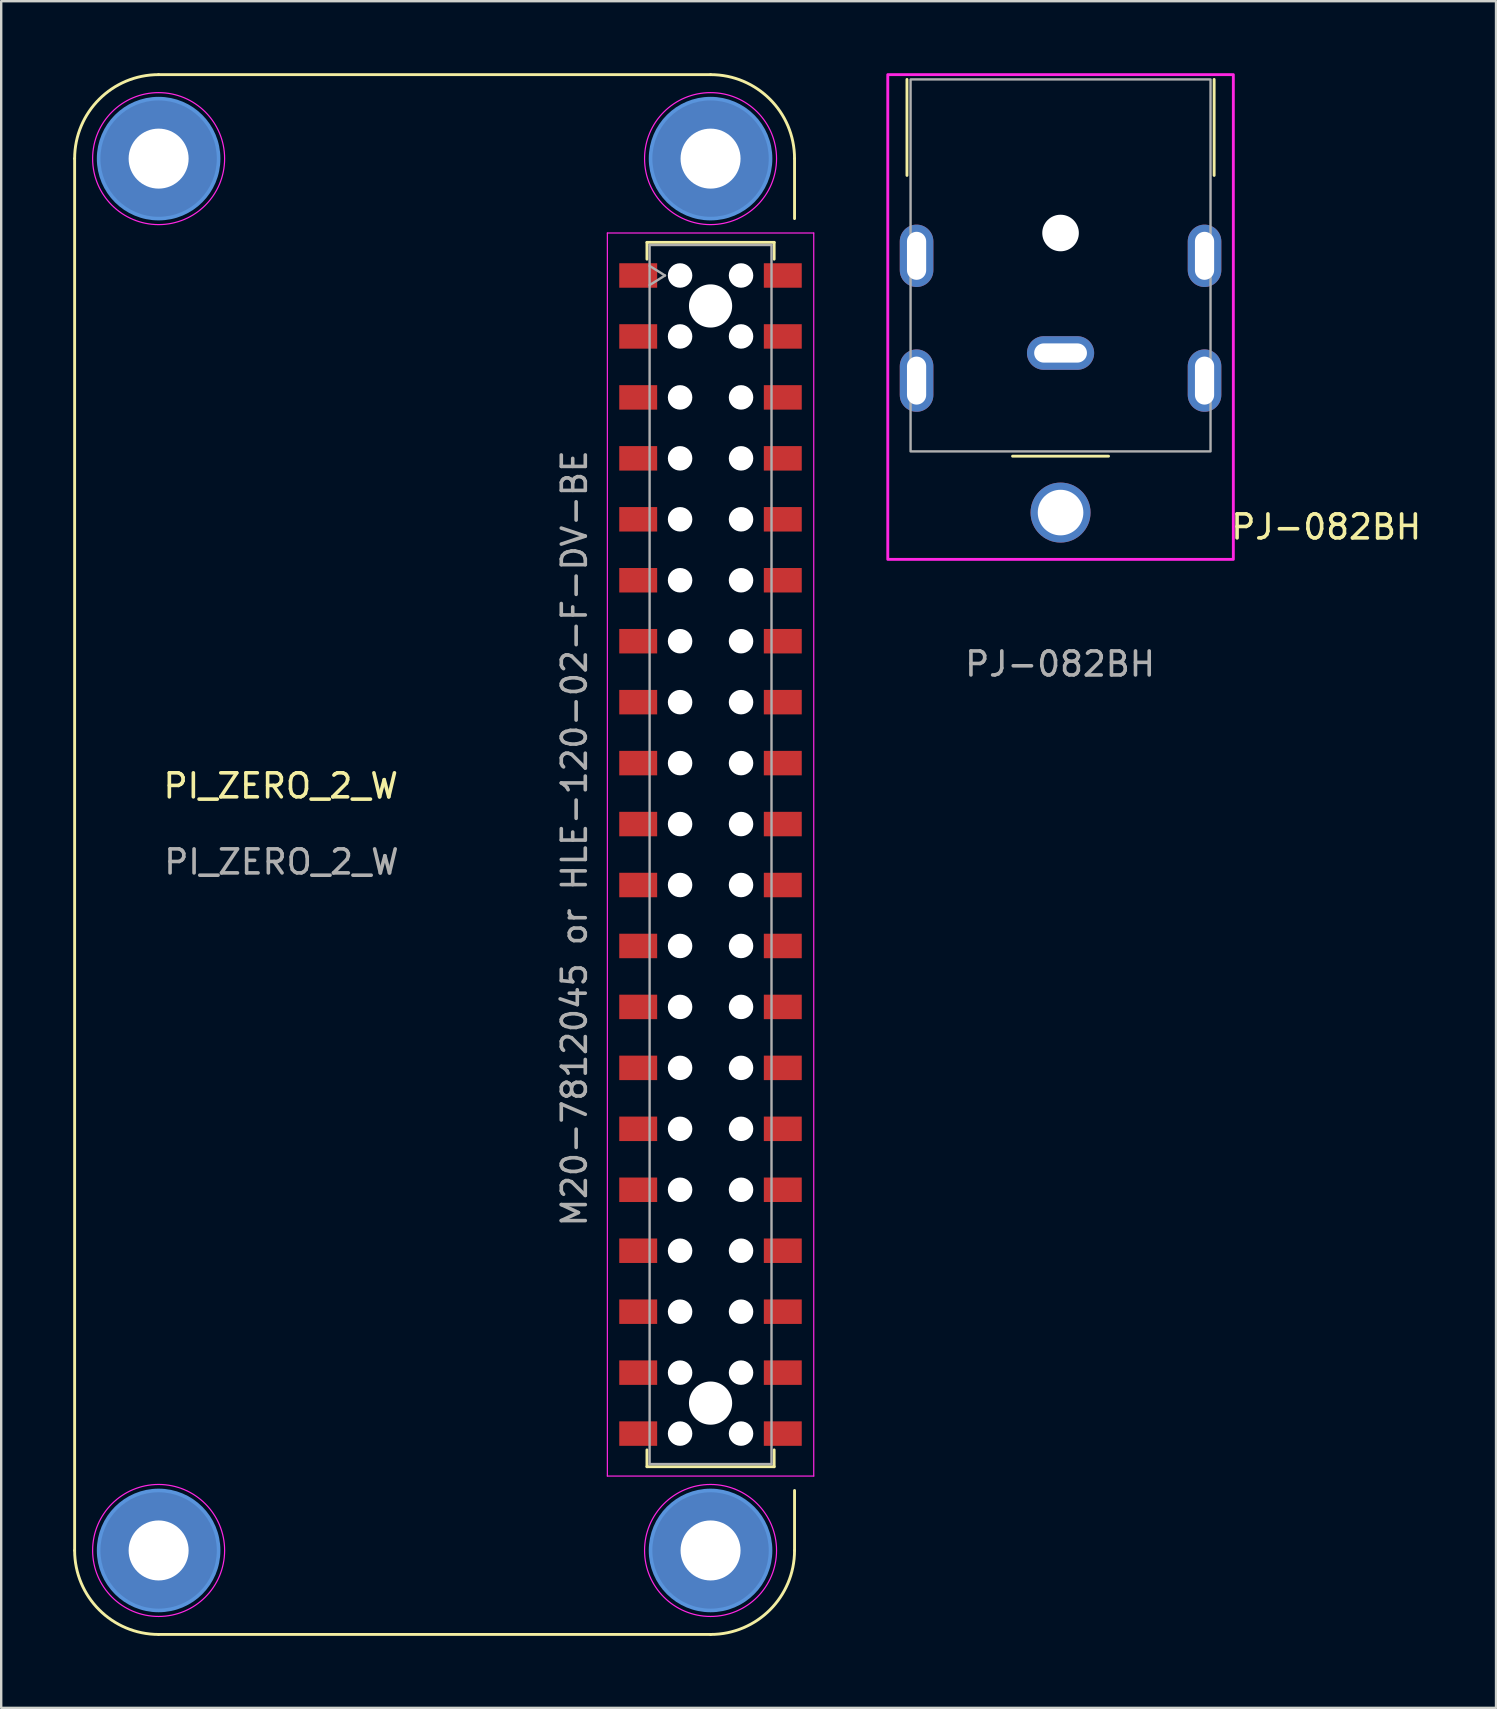
<source format=kicad_pcb>
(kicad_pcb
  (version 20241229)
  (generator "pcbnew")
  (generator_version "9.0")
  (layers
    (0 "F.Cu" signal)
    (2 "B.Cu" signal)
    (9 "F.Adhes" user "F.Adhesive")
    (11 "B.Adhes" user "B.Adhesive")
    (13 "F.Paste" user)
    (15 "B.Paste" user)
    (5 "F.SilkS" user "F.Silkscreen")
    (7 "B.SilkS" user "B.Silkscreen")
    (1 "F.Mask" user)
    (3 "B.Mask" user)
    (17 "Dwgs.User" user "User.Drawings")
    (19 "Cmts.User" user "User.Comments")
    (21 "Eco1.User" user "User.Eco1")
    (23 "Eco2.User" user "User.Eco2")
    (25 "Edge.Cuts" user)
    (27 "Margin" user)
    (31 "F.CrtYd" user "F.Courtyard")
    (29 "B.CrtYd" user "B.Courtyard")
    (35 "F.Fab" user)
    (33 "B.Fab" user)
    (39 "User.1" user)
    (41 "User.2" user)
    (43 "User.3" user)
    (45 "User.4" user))
  (footprint "PI_ZERO_2_W"
    (layer "F.Cu")
    (at 14.47 31.48)
    (property "Reference" "PI_ZERO_2_W" (at -5.82 -1.78 0) (unlocked yes) (layer "F.SilkS") (effects (font (size 1 1) (thickness 0.15))))
    (attr smd)
    (fp_line (start -14.41 -27.92) (end -14.41 30.08) (stroke (width 0.12) (type default)) (layer "F.SilkS"))
    (fp_line (start -10.91 33.58) (end 12.09 33.58) (stroke (width 0.12) (type default)) (layer "F.SilkS"))
    (fp_line (start 9.44 -24.43) (end 14.74 -24.43) (stroke (width 0.12) (type solid)) (layer "F.SilkS"))
    (fp_line (start 9.44 -23.73) (end 9.44 -24.43) (stroke (width 0.12) (type solid)) (layer "F.SilkS"))
    (fp_line (start 9.44 25.89) (end 9.44 26.59) (stroke (width 0.12) (type solid)) (layer "F.SilkS"))
    (fp_line (start 9.44 26.59) (end 14.74 26.59) (stroke (width 0.12) (type solid)) (layer "F.SilkS"))
    (fp_line (start 12.09 -31.42) (end -10.91 -31.42) (stroke (width 0.12) (type default)) (layer "F.SilkS"))
    (fp_line (start 14.74 -24.43) (end 14.74 -23.73) (stroke (width 0.12) (type solid)) (layer "F.SilkS"))
    (fp_line (start 14.74 26.59) (end 14.74 25.89) (stroke (width 0.12) (type solid)) (layer "F.SilkS"))
    (fp_line (start 15.59 -27.92) (end 15.59 -25.42) (stroke (width 0.12) (type default)) (layer "F.SilkS"))
    (fp_line (start 15.59 30.08) (end 15.59 27.58) (stroke (width 0.12) (type default)) (layer "F.SilkS"))
    (fp_arc (start -14.41 -27.92) (mid -13.384874 -30.394874) (end -10.91 -31.42) (stroke (width 0.12) (type default)) (layer "F.SilkS"))
    (fp_arc (start -10.91 33.58) (mid -13.384874 32.554874) (end -14.41 30.08) (stroke (width 0.12) (type default)) (layer "F.SilkS"))
    (fp_arc (start 12.09 -31.42) (mid 14.564874 -30.394874) (end 15.59 -27.92) (stroke (width 0.12) (type default)) (layer "F.SilkS"))
    (fp_arc (start 15.59 30.08) (mid 14.564874 32.554874) (end 12.09 33.58) (stroke (width 0.12) (type default)) (layer "F.SilkS"))
    (fp_circle (center -10.91 -27.92) (end -8.41 -27.92) (stroke (width 0.15) (type solid)) (fill no) (layer "Cmts.User"))
    (fp_circle (center -10.91 30.08) (end -8.41 30.08) (stroke (width 0.15) (type solid)) (fill no) (layer "Cmts.User"))
    (fp_circle (center 12.09 -27.92) (end 14.59 -27.92) (stroke (width 0.15) (type solid)) (fill no) (layer "Cmts.User"))
    (fp_circle (center 12.09 30.08) (end 14.59 30.08) (stroke (width 0.15) (type solid)) (fill no) (layer "Cmts.User"))
    (fp_line (start 7.79 -24.82) (end 16.39 -24.82) (stroke (width 0.05) (type solid)) (layer "F.CrtYd"))
    (fp_line (start 7.79 26.98) (end 7.79 -24.82) (stroke (width 0.05) (type solid)) (layer "F.CrtYd"))
    (fp_line (start 16.39 -24.82) (end 16.39 26.98) (stroke (width 0.05) (type solid)) (layer "F.CrtYd"))
    (fp_line (start 16.39 26.98) (end 7.79 26.98) (stroke (width 0.05) (type solid)) (layer "F.CrtYd"))
    (fp_circle (center -10.91 -27.92) (end -8.16 -27.92) (stroke (width 0.05) (type solid)) (fill no) (layer "F.CrtYd"))
    (fp_circle (center -10.91 30.08) (end -8.16 30.08) (stroke (width 0.05) (type solid)) (fill no) (layer "F.CrtYd"))
    (fp_circle (center 12.09 -27.92) (end 14.84 -27.92) (stroke (width 0.05) (type solid)) (fill no) (layer "F.CrtYd"))
    (fp_circle (center 12.09 30.08) (end 14.84 30.08) (stroke (width 0.05) (type solid)) (fill no) (layer "F.CrtYd"))
    (fp_line (start 9.55 -24.32) (end 14.63 -24.32) (stroke (width 0.1) (type solid)) (layer "F.Fab"))
    (fp_line (start 9.55 -23.45) (end 10.19 -23.05) (stroke (width 0.1) (type solid)) (layer "F.Fab"))
    (fp_line (start 9.55 26.48) (end 9.55 -24.32) (stroke (width 0.1) (type solid)) (layer "F.Fab"))
    (fp_line (start 10.19 -23.05) (end 9.55 -22.65) (stroke (width 0.1) (type solid)) (layer "F.Fab"))
    (fp_line (start 14.63 -24.32) (end 14.63 26.48) (stroke (width 0.1) (type solid)) (layer "F.Fab"))
    (fp_line (start 14.63 26.48) (end 9.55 26.48) (stroke (width 0.1) (type solid)) (layer "F.Fab"))
    (fp_text user "${REFERENCE}" (at -5.79 1.39 0) (layer "F.Fab") (effects (font (size 1 1) (thickness 0.15))))
    (fp_text user "M20-7812045 or HLE-120-02-F-DV-BE" (at 7 16.67 90) (unlocked yes) (layer "F.Fab") (effects (font (size 1 1) (thickness 0.15)) (justify left bottom)))
    (pad "" np_thru_hole circle (at 10.82 -23.05) (size 1.02 1.02) (drill 1.02) (layers "*.Cu" "*.Mask"))
    (pad "" np_thru_hole circle (at 10.82 -20.51) (size 1.02 1.02) (drill 1.02) (layers "*.Cu" "*.Mask"))
    (pad "" np_thru_hole circle (at 10.82 -17.97) (size 1.02 1.02) (drill 1.02) (layers "*.Cu" "*.Mask"))
    (pad "" np_thru_hole circle (at 10.82 -15.43) (size 1.02 1.02) (drill 1.02) (layers "*.Cu" "*.Mask"))
    (pad "" np_thru_hole circle (at 10.82 -12.89) (size 1.02 1.02) (drill 1.02) (layers "*.Cu" "*.Mask"))
    (pad "" np_thru_hole circle (at 10.82 -10.35) (size 1.02 1.02) (drill 1.02) (layers "*.Cu" "*.Mask"))
    (pad "" np_thru_hole circle (at 10.82 -7.81) (size 1.02 1.02) (drill 1.02) (layers "*.Cu" "*.Mask"))
    (pad "" np_thru_hole circle (at 10.82 -5.27) (size 1.02 1.02) (drill 1.02) (layers "*.Cu" "*.Mask"))
    (pad "" np_thru_hole circle (at 10.82 -2.73) (size 1.02 1.02) (drill 1.02) (layers "*.Cu" "*.Mask"))
    (pad "" np_thru_hole circle (at 10.82 -0.19) (size 1.02 1.02) (drill 1.02) (layers "*.Cu" "*.Mask"))
    (pad "" np_thru_hole circle (at 10.82 2.35) (size 1.02 1.02) (drill 1.02) (layers "*.Cu" "*.Mask"))
    (pad "" np_thru_hole circle (at 10.82 4.89) (size 1.02 1.02) (drill 1.02) (layers "*.Cu" "*.Mask"))
    (pad "" np_thru_hole circle (at 10.82 7.43) (size 1.02 1.02) (drill 1.02) (layers "*.Cu" "*.Mask"))
    (pad "" np_thru_hole circle (at 10.82 9.97) (size 1.02 1.02) (drill 1.02) (layers "*.Cu" "*.Mask"))
    (pad "" np_thru_hole circle (at 10.82 12.51) (size 1.02 1.02) (drill 1.02) (layers "*.Cu" "*.Mask"))
    (pad "" np_thru_hole circle (at 10.82 15.05) (size 1.02 1.02) (drill 1.02) (layers "*.Cu" "*.Mask"))
    (pad "" np_thru_hole circle (at 10.82 17.59) (size 1.02 1.02) (drill 1.02) (layers "*.Cu" "*.Mask"))
    (pad "" np_thru_hole circle (at 10.82 20.13) (size 1.02 1.02) (drill 1.02) (layers "*.Cu" "*.Mask"))
    (pad "" np_thru_hole circle (at 10.82 22.67) (size 1.02 1.02) (drill 1.02) (layers "*.Cu" "*.Mask"))
    (pad "" np_thru_hole circle (at 10.82 25.21) (size 1.02 1.02) (drill 1.02) (layers "*.Cu" "*.Mask"))
    (pad "" np_thru_hole circle (at 12.09 -21.78) (size 1.8 1.8) (drill 1.8) (layers "*.Cu" "*.Mask"))
    (pad "" np_thru_hole circle (at 12.09 23.94) (size 1.8 1.8) (drill 1.8) (layers "*.Cu" "*.Mask"))
    (pad "" np_thru_hole circle (at 13.36 -23.05) (size 1.02 1.02) (drill 1.02) (layers "*.Cu" "*.Mask"))
    (pad "" np_thru_hole circle (at 13.36 -20.51) (size 1.02 1.02) (drill 1.02) (layers "*.Cu" "*.Mask"))
    (pad "" np_thru_hole circle (at 13.36 -17.97) (size 1.02 1.02) (drill 1.02) (layers "*.Cu" "*.Mask"))
    (pad "" np_thru_hole circle (at 13.36 -15.43) (size 1.02 1.02) (drill 1.02) (layers "*.Cu" "*.Mask"))
    (pad "" np_thru_hole circle (at 13.36 -12.89) (size 1.02 1.02) (drill 1.02) (layers "*.Cu" "*.Mask"))
    (pad "" np_thru_hole circle (at 13.36 -10.35) (size 1.02 1.02) (drill 1.02) (layers "*.Cu" "*.Mask"))
    (pad "" np_thru_hole circle (at 13.36 -7.81) (size 1.02 1.02) (drill 1.02) (layers "*.Cu" "*.Mask"))
    (pad "" np_thru_hole circle (at 13.36 -5.27) (size 1.02 1.02) (drill 1.02) (layers "*.Cu" "*.Mask"))
    (pad "" np_thru_hole circle (at 13.36 -2.73) (size 1.02 1.02) (drill 1.02) (layers "*.Cu" "*.Mask"))
    (pad "" np_thru_hole circle (at 13.36 -0.19) (size 1.02 1.02) (drill 1.02) (layers "*.Cu" "*.Mask"))
    (pad "" np_thru_hole circle (at 13.36 2.35) (size 1.02 1.02) (drill 1.02) (layers "*.Cu" "*.Mask"))
    (pad "" np_thru_hole circle (at 13.36 4.89) (size 1.02 1.02) (drill 1.02) (layers "*.Cu" "*.Mask"))
    (pad "" np_thru_hole circle (at 13.36 7.43) (size 1.02 1.02) (drill 1.02) (layers "*.Cu" "*.Mask"))
    (pad "" np_thru_hole circle (at 13.36 9.97) (size 1.02 1.02) (drill 1.02) (layers "*.Cu" "*.Mask"))
    (pad "" np_thru_hole circle (at 13.36 12.51) (size 1.02 1.02) (drill 1.02) (layers "*.Cu" "*.Mask"))
    (pad "" np_thru_hole circle (at 13.36 15.05) (size 1.02 1.02) (drill 1.02) (layers "*.Cu" "*.Mask"))
    (pad "" np_thru_hole circle (at 13.36 17.59) (size 1.02 1.02) (drill 1.02) (layers "*.Cu" "*.Mask"))
    (pad "" np_thru_hole circle (at 13.36 20.13) (size 1.02 1.02) (drill 1.02) (layers "*.Cu" "*.Mask"))
    (pad "" np_thru_hole circle (at 13.36 22.67) (size 1.02 1.02) (drill 1.02) (layers "*.Cu" "*.Mask"))
    (pad "" np_thru_hole circle (at 13.36 25.21) (size 1.02 1.02) (drill 1.02) (layers "*.Cu" "*.Mask"))
    (pad "1" smd rect (at 9.075 -23.05) (size 1.58 1.02) (layers "F.Cu" "F.Mask" "F.Paste"))
    (pad "2" smd rect (at 15.1 -23.05) (size 1.58 1.02) (layers "F.Cu" "F.Mask" "F.Paste"))
    (pad "3" smd rect (at 9.075 -20.51) (size 1.58 1.02) (layers "F.Cu" "F.Mask" "F.Paste"))
    (pad "4" smd rect (at 15.1 -20.51) (size 1.58 1.02) (layers "F.Cu" "F.Mask" "F.Paste"))
    (pad "5" smd rect (at 9.075 -17.97) (size 1.58 1.02) (layers "F.Cu" "F.Mask" "F.Paste"))
    (pad "6" thru_hole circle (at -10.91 -27.92) (size 5 5) (drill 2.5) (layers "*.Cu" "*.Mask"))
    (pad "6" thru_hole circle (at -10.91 30.08) (size 5 5) (drill 2.5) (layers "*.Cu" "*.Mask"))
    (pad "6" thru_hole circle (at 12.09 -27.92) (size 5 5) (drill 2.5) (layers "*.Cu" "*.Mask"))
    (pad "6" thru_hole circle (at 12.09 30.08) (size 5 5) (drill 2.5) (layers "*.Cu" "*.Mask"))
    (pad "6" smd rect (at 15.1 -17.97) (size 1.58 1.02) (layers "F.Cu" "F.Mask" "F.Paste"))
    (pad "7" smd rect (at 9.075 -15.43) (size 1.58 1.02) (layers "F.Cu" "F.Mask" "F.Paste"))
    (pad "8" smd rect (at 15.1 -15.43) (size 1.58 1.02) (layers "F.Cu" "F.Mask" "F.Paste"))
    (pad "9" smd rect (at 9.075 -12.89) (size 1.58 1.02) (layers "F.Cu" "F.Mask" "F.Paste"))
    (pad "10" smd rect (at 15.1 -12.89) (size 1.58 1.02) (layers "F.Cu" "F.Mask" "F.Paste"))
    (pad "11" smd rect (at 9.075 -10.35) (size 1.58 1.02) (layers "F.Cu" "F.Mask" "F.Paste"))
    (pad "12" smd rect (at 15.1 -10.35) (size 1.58 1.02) (layers "F.Cu" "F.Mask" "F.Paste"))
    (pad "13" smd rect (at 9.075 -7.81) (size 1.58 1.02) (layers "F.Cu" "F.Mask" "F.Paste"))
    (pad "14" smd rect (at 15.1 -7.81) (size 1.58 1.02) (layers "F.Cu" "F.Mask" "F.Paste"))
    (pad "15" smd rect (at 9.075 -5.27) (size 1.58 1.02) (layers "F.Cu" "F.Mask" "F.Paste"))
    (pad "16" smd rect (at 15.1 -5.27) (size 1.58 1.02) (layers "F.Cu" "F.Mask" "F.Paste"))
    (pad "17" smd rect (at 9.075 -2.73) (size 1.58 1.02) (layers "F.Cu" "F.Mask" "F.Paste"))
    (pad "18" smd rect (at 15.1 -2.73) (size 1.58 1.02) (layers "F.Cu" "F.Mask" "F.Paste"))
    (pad "19" smd rect (at 9.075 -0.19) (size 1.58 1.02) (layers "F.Cu" "F.Mask" "F.Paste"))
    (pad "20" smd rect (at 15.1 -0.19) (size 1.58 1.02) (layers "F.Cu" "F.Mask" "F.Paste"))
    (pad "21" smd rect (at 9.075 2.35) (size 1.58 1.02) (layers "F.Cu" "F.Mask" "F.Paste"))
    (pad "22" smd rect (at 15.1 2.35) (size 1.58 1.02) (layers "F.Cu" "F.Mask" "F.Paste"))
    (pad "23" smd rect (at 9.075 4.89) (size 1.58 1.02) (layers "F.Cu" "F.Mask" "F.Paste"))
    (pad "24" smd rect (at 15.1 4.89) (size 1.58 1.02) (layers "F.Cu" "F.Mask" "F.Paste"))
    (pad "25" smd rect (at 9.075 7.43) (size 1.58 1.02) (layers "F.Cu" "F.Mask" "F.Paste"))
    (pad "26" smd rect (at 15.1 7.43) (size 1.58 1.02) (layers "F.Cu" "F.Mask" "F.Paste"))
    (pad "27" smd rect (at 9.075 9.97) (size 1.58 1.02) (layers "F.Cu" "F.Mask" "F.Paste"))
    (pad "28" smd rect (at 15.1 9.97) (size 1.58 1.02) (layers "F.Cu" "F.Mask" "F.Paste"))
    (pad "29" smd rect (at 9.075 12.51) (size 1.58 1.02) (layers "F.Cu" "F.Mask" "F.Paste"))
    (pad "30" smd rect (at 15.1 12.51) (size 1.58 1.02) (layers "F.Cu" "F.Mask" "F.Paste"))
    (pad "31" smd rect (at 9.075 15.05) (size 1.58 1.02) (layers "F.Cu" "F.Mask" "F.Paste"))
    (pad "32" smd rect (at 15.1 15.05) (size 1.58 1.02) (layers "F.Cu" "F.Mask" "F.Paste"))
    (pad "33" smd rect (at 9.075 17.59) (size 1.58 1.02) (layers "F.Cu" "F.Mask" "F.Paste"))
    (pad "34" smd rect (at 15.1 17.59) (size 1.58 1.02) (layers "F.Cu" "F.Mask" "F.Paste"))
    (pad "35" smd rect (at 9.075 20.13) (size 1.58 1.02) (layers "F.Cu" "F.Mask" "F.Paste"))
    (pad "36" smd rect (at 15.1 20.13) (size 1.58 1.02) (layers "F.Cu" "F.Mask" "F.Paste"))
    (pad "37" smd rect (at 9.075 22.67) (size 1.58 1.02) (layers "F.Cu" "F.Mask" "F.Paste"))
    (pad "38" smd rect (at 15.1 22.67) (size 1.58 1.02) (layers "F.Cu" "F.Mask" "F.Paste"))
    (pad "39" smd rect (at 9.075 25.21) (size 1.58 1.02) (layers "F.Cu" "F.Mask" "F.Paste"))
    (pad "40" smd rect (at 15.1 25.21) (size 1.58 1.02) (layers "F.Cu" "F.Mask" "F.Paste")))
  (footprint "PJ-082BH"
    (layer "F.Cu")
    (at 41.145 0.26)
    (property "Reference" "PJ-082BH" (at 11.07 18.65 0) (unlocked yes) (layer "F.SilkS") (effects (font (size 1 1) (thickness 0.15))))
    (attr through_hole)
    (fp_line (start -6.4 0) (end -6.4 4) (stroke (width 0.12) (type default)) (layer "F.SilkS"))
    (fp_line (start -2 15.7) (end 2 15.7) (stroke (width 0.12) (type default)) (layer "F.SilkS"))
    (fp_line (start 6.4 0) (end 6.4 4) (stroke (width 0.12) (type default)) (layer "F.SilkS"))
    (fp_rect (start -7.2 -0.2) (end 7.2 20) (stroke (width 0.12) (type default)) (fill no) (layer "F.CrtYd"))
    (fp_rect (start -6.25 0) (end 6.25 15.5) (stroke (width 0.1) (type default)) (fill no) (layer "F.Fab"))
    (fp_text user "${REFERENCE}" (at -0.02 24.36 0) (unlocked yes) (layer "F.Fab") (effects (font (size 1 1) (thickness 0.15))))
    (pad "" np_thru_hole circle (at 0 6.4) (size 1.524 1.524) (drill 1.7) (layers "*.Cu"))
    (pad "1" thru_hole circle (at 0 18.05) (size 2.5 2.5) (drill 1.9) (layers "*.Cu" "*.Mask"))
    (pad "2" thru_hole oval (at 0 11.4) (size 2.8 1.4) (drill oval 2.2 0.8) (layers "*.Cu" "*.Mask"))
    (pad "3" thru_hole oval (at -6 7.35) (size 1.4 2.6) (drill oval 0.8 2) (layers "*.Cu" "*.Mask"))
    (pad "3" thru_hole oval (at -6 12.55) (size 1.4 2.6) (drill oval 0.8 2) (layers "*.Cu" "*.Mask"))
    (pad "3" thru_hole oval (at 6 7.35) (size 1.4 2.6) (drill oval 0.8 2) (layers "*.Cu" "*.Mask"))
    (pad "3" thru_hole oval (at 6 12.55) (size 1.4 2.6) (drill oval 0.8 2) (layers "*.Cu" "*.Mask")))
  (gr_rect
    (start -3 -3)
    (end 59.292 68.12)
    (stroke (width 0.1) (type default))
    (fill no)
    (layer "Edge.Cuts")))
</source>
